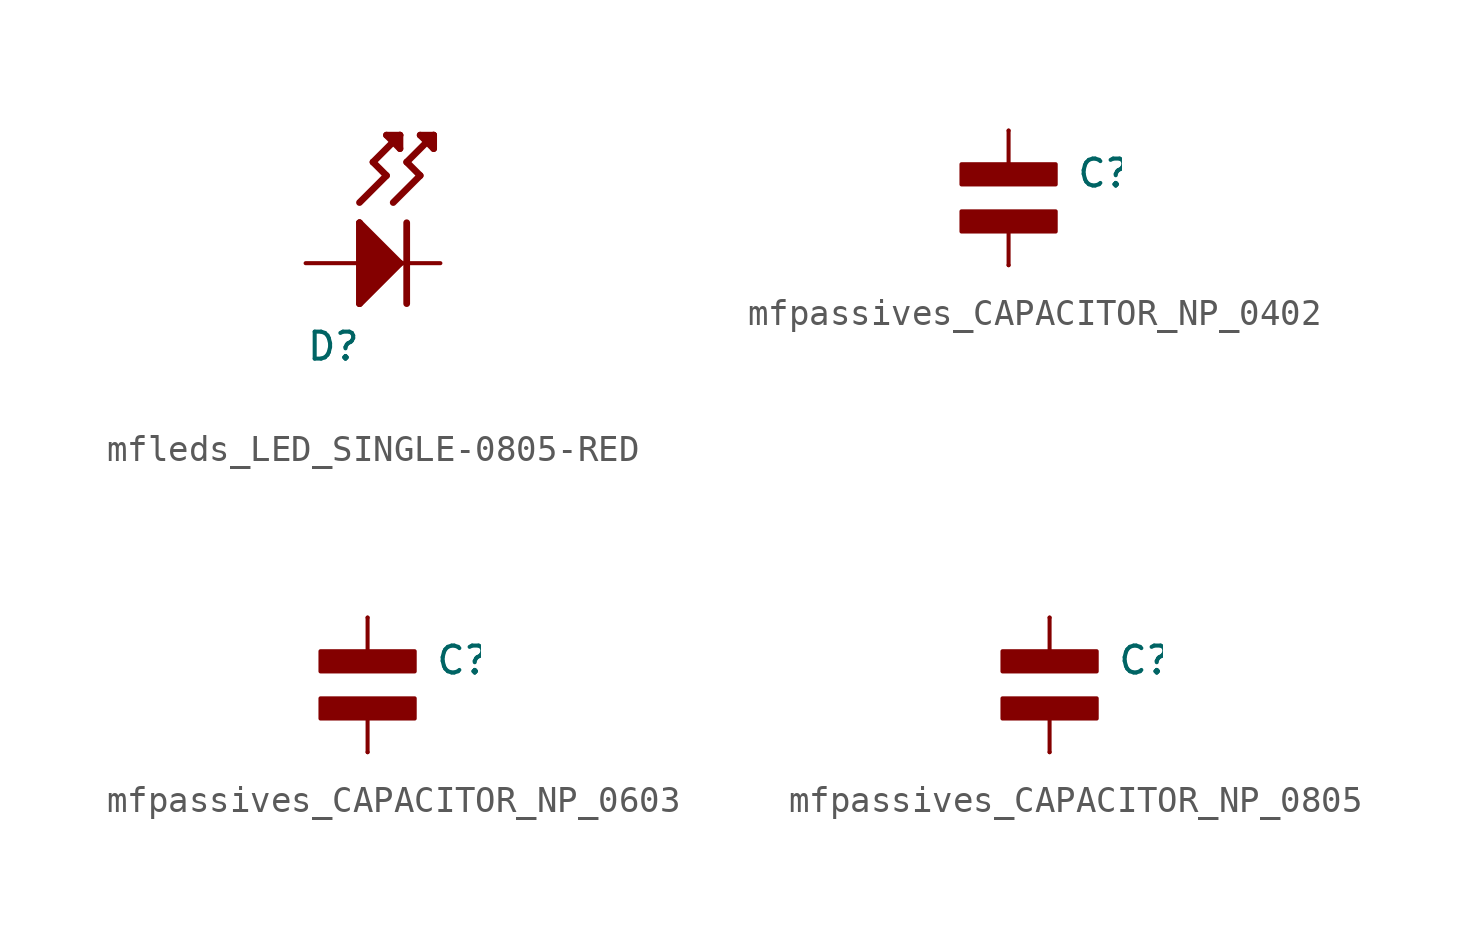
<source format=kicad_sym>
(kicad_symbol_lib
  (version 20241209)
  (generator "kicad_symbol_editor")
  (generator_version "9.0")
  (symbol "mfleds_LED_SINGLE-0805-RED"
    (property "Reference" "D"
      (at -2.54 -2.54 0)
      (effects (font (size 1.016 1.016)) (justify left top)))
    (property "Value" ""
      (at -2.54 -5.08 0)
      (effects (font (size 1.016 1.016)) (justify left bottom)))
    (property "ki_locked" ""
      (at 0 0 0)
      (effects (font (size 1.27 1.27))))
    (symbol "mfleds_LED_SINGLE-0805-RED_1_0"
      (polyline (pts (xy -0.508 2.286) (xy 0.508 3.302)) (stroke (width 0.254) (type solid)) (fill (type none)))
      (polyline (pts (xy -0.508 1.524) (xy 1.016 0)) (stroke (width 0.254) (type solid)) (fill (type none)))
      (polyline (pts (xy -0.508 1.524) (xy -0.508 -1.524) (xy 1.016 0)) (stroke (width 0.254) (type solid)) (fill (type outline)))
      (polyline (pts (xy -0.508 -1.524) (xy -0.508 1.524)) (stroke (width 0.254) (type solid)) (fill (type none)))
      (polyline (pts (xy 0 3.81) (xy 1.016 4.826)) (stroke (width 0.254) (type solid)) (fill (type none)))
      (polyline (pts (xy 0.508 4.826) (xy 1.016 4.318)) (stroke (width 0.254) (type solid)) (fill (type none)))
      (polyline (pts (xy 0.508 3.302) (xy 0 3.81)) (stroke (width 0.254) (type solid)) (fill (type none)))
      (polyline (pts (xy 0.762 2.286) (xy 1.778 3.302)) (stroke (width 0.254) (type solid)) (fill (type none)))
      (polyline (pts (xy 1.016 4.826) (xy 0.508 4.826)) (stroke (width 0.254) (type solid)) (fill (type none)))
      (polyline (pts (xy 1.016 4.318) (xy 1.016 4.826)) (stroke (width 0.254) (type solid)) (fill (type none)))
      (polyline (pts (xy 1.016 0) (xy -0.508 -1.524)) (stroke (width 0.254) (type solid)) (fill (type none)))
      (polyline (pts (xy 1.27 3.81) (xy 2.286 4.826)) (stroke (width 0.254) (type solid)) (fill (type none)))
      (polyline (pts (xy 1.27 1.524) (xy 1.27 -1.524)) (stroke (width 0.254) (type solid)) (fill (type none)))
      (polyline (pts (xy 1.778 4.826) (xy 2.286 4.318)) (stroke (width 0.254) (type solid)) (fill (type none)))
      (polyline (pts (xy 1.778 3.302) (xy 1.27 3.81)) (stroke (width 0.254) (type solid)) (fill (type none)))
      (polyline (pts (xy 2.286 4.826) (xy 1.778 4.826)) (stroke (width 0.254) (type solid)) (fill (type none)))
      (polyline (pts (xy 2.286 4.318) (xy 2.286 4.826)) (stroke (width 0.254) (type solid)) (fill (type none)))
      (pin power_in line (at -2.54 0 0) (length 2.54) (name "ANODE" (effects (font (size 0 0)))) (number "ANODE" (effects (font (size 0 0)))))
      (pin power_in line (at 2.54 0 180) (length 2.54) (name "CATHODE" (effects (font (size 0 0)))) (number "CATHODE" (effects (font (size 0 0)))))))
  (symbol "mfpassives_CAPACITOR_NP_0402"
    (property "Reference" "C"
      (at 2.54 1.524 0)
      (effects (font (size 1.016 1.016)) (justify left top)))
    (property "Value" ""
      (at 2.54 -1.524 0)
      (effects (font (size 1.016 1.016)) (justify left bottom)))
    (property "ki_locked" ""
      (at 0 0 0)
      (effects (font (size 1.27 1.27))))
    (symbol "mfpassives_CAPACITOR_NP_0402_1_0"
      (rectangle (start -1.778 0.508) (end 1.778 1.27) (stroke (width 0) (type default)) (fill (type outline)))
      (rectangle (start -1.778 -1.27) (end 1.778 -0.508) (stroke (width 0) (type default)) (fill (type outline)))
      (polyline (pts (xy 0 2.54) (xy 0 1.016)) (stroke (width 0.152) (type solid)) (fill (type none)))
      (polyline (pts (xy 0 -2.54) (xy 0 -1.016)) (stroke (width 0.152) (type solid)) (fill (type none)))
      (pin passive line (at 0 2.54 270) (length 0) (name "P$1" (effects (font (size 0 0)))) (number "P$1" (effects (font (size 0 0)))))
      (pin passive line (at 0 -2.54 90) (length 0) (name "P$2" (effects (font (size 0 0)))) (number "P$2" (effects (font (size 0 0)))))))
  (symbol "mfpassives_CAPACITOR_NP_0603"
    (property "Reference" "C"
      (at 2.54 1.524 0)
      (effects (font (size 1.016 1.016)) (justify left top)))
    (property "Value" ""
      (at 2.54 -1.524 0)
      (effects (font (size 1.016 1.016)) (justify left bottom)))
    (property "ki_locked" ""
      (at 0 0 0)
      (effects (font (size 1.27 1.27))))
    (symbol "mfpassives_CAPACITOR_NP_0603_1_0"
      (rectangle (start -1.778 0.508) (end 1.778 1.27) (stroke (width 0) (type default)) (fill (type outline)))
      (rectangle (start -1.778 -1.27) (end 1.778 -0.508) (stroke (width 0) (type default)) (fill (type outline)))
      (polyline (pts (xy 0 2.54) (xy 0 1.016)) (stroke (width 0.152) (type solid)) (fill (type none)))
      (polyline (pts (xy 0 -2.54) (xy 0 -1.016)) (stroke (width 0.152) (type solid)) (fill (type none)))
      (pin passive line (at 0 2.54 270) (length 0) (name "P$1" (effects (font (size 0 0)))) (number "P$1" (effects (font (size 0 0)))))
      (pin passive line (at 0 -2.54 90) (length 0) (name "P$2" (effects (font (size 0 0)))) (number "P$2" (effects (font (size 0 0)))))))
  (symbol "mfpassives_CAPACITOR_NP_0805"
    (property "Reference" "C"
      (at 2.54 1.524 0)
      (effects (font (size 1.016 1.016)) (justify left top)))
    (property "Value" ""
      (at 2.54 -1.524 0)
      (effects (font (size 1.016 1.016)) (justify left bottom)))
    (property "ki_locked" ""
      (at 0 0 0)
      (effects (font (size 1.27 1.27))))
    (symbol "mfpassives_CAPACITOR_NP_0805_1_0"
      (rectangle (start -1.778 0.508) (end 1.778 1.27) (stroke (width 0) (type default)) (fill (type outline)))
      (rectangle (start -1.778 -1.27) (end 1.778 -0.508) (stroke (width 0) (type default)) (fill (type outline)))
      (polyline (pts (xy 0 2.54) (xy 0 1.016)) (stroke (width 0.152) (type solid)) (fill (type none)))
      (polyline (pts (xy 0 -2.54) (xy 0 -1.016)) (stroke (width 0.152) (type solid)) (fill (type none)))
      (pin passive line (at 0 2.54 270) (length 0) (name "P$1" (effects (font (size 0 0)))) (number "P$1" (effects (font (size 0 0)))))
      (pin passive line (at 0 -2.54 90) (length 0) (name "P$2" (effects (font (size 0 0)))) (number "P$2" (effects (font (size 0 0))))))))
</source>
